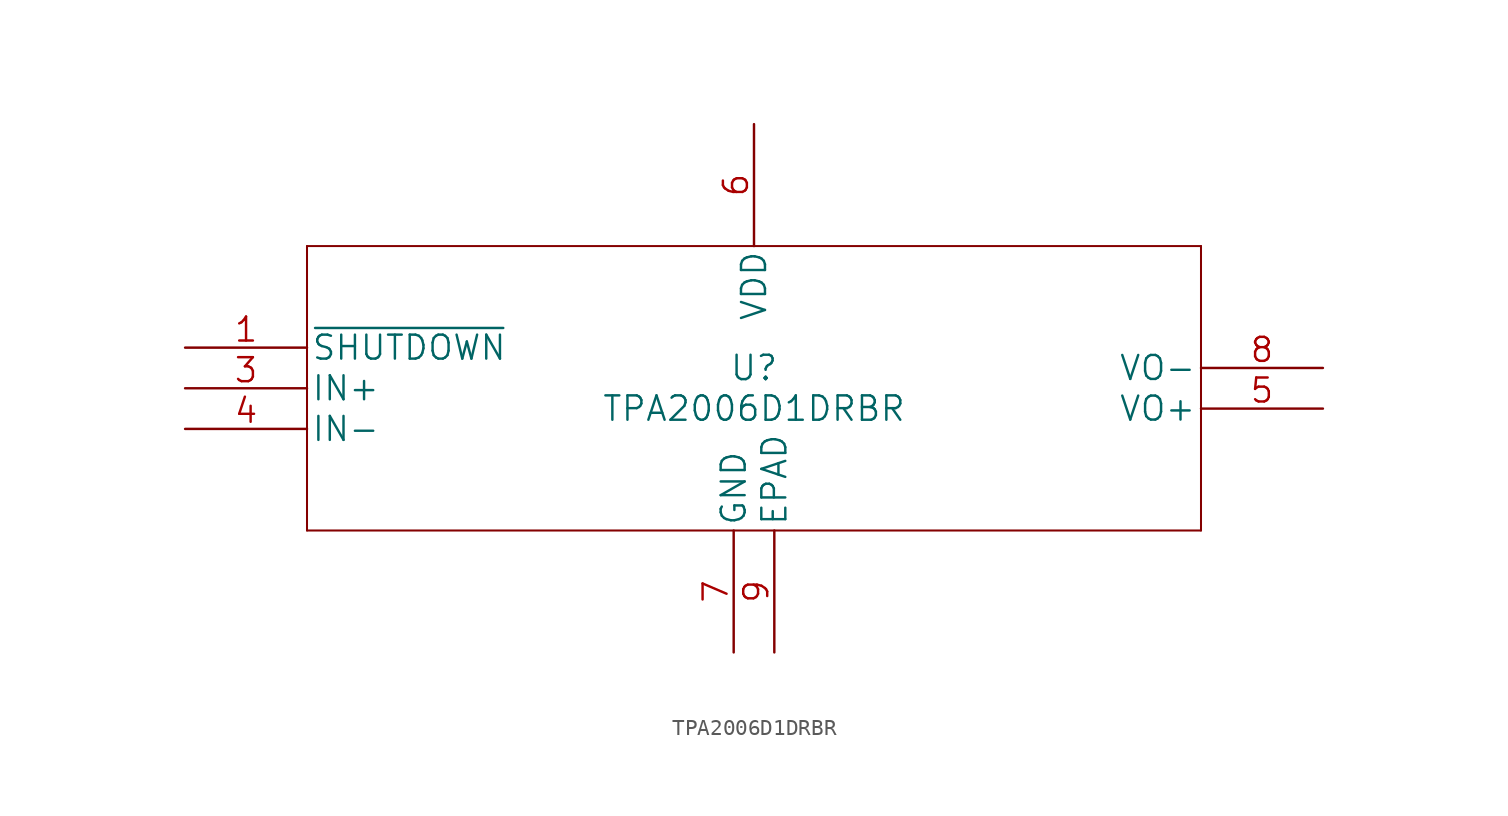
<source format=kicad_sym>
(kicad_symbol_lib
  (version 20201005)
  (generator kicad_symbol_editor)
  (symbol "TPA2006D1DRBR"
    (pin_names
      (offset 0.254))
    (property "Reference" "U"
      (at 0 1.27 0)
      (effects (font (size 1.524 1.524))))
    (property "Value" "TPA2006D1DRBR"
      (at 0 -1.27 0)
      (effects (font (size 1.524 1.524))))
    (property "Datasheet" ""
      (at -35.56 5.08 0)
      (effects (font (size 1.524 1.524))))
    (property "ki_locked" ""
      (at 0 0 0)
      (effects (font (size 1.27 1.27))))
    (symbol "TPA2006D1DRBR_1_1"
      (polyline (pts (xy -27.94 -8.89) (xy 27.94 -8.89)) (stroke (width 0.127)) (fill (type none)))
      (polyline (pts (xy -27.94 8.89) (xy -27.94 -8.89)) (stroke (width 0.127)) (fill (type none)))
      (polyline (pts (xy 27.94 -8.89) (xy 27.94 8.89)) (stroke (width 0.127)) (fill (type none)))
      (polyline (pts (xy 27.94 8.89) (xy -27.94 8.89)) (stroke (width 0.127)) (fill (type none)))
      (pin input line (at -35.56 2.54 0) (length 7.62) (name "~SHUTDOWN" (effects (font (size 1.499 1.499)))) (number "1" (effects (font (size 1.499 1.499)))))
      (pin no_connect line (at 12.7 -2.54 90) (length 7.62) hide (name "NC" (effects (font (size 1.499 1.499)))) (number "2" (effects (font (size 1.499 1.499)))))
      (pin input line (at -35.56 0 0) (length 7.62) (name "IN+" (effects (font (size 1.499 1.499)))) (number "3" (effects (font (size 1.499 1.499)))))
      (pin input line (at -35.56 -2.54 0) (length 7.62) (name "IN-" (effects (font (size 1.499 1.499)))) (number "4" (effects (font (size 1.499 1.499)))))
      (pin output line (at 35.56 -1.27 180) (length 7.62) (name "VO+" (effects (font (size 1.499 1.499)))) (number "5" (effects (font (size 1.499 1.499)))))
      (pin power_in line (at 0 16.51 270) (length 7.62) (name "VDD" (effects (font (size 1.499 1.499)))) (number "6" (effects (font (size 1.499 1.499)))))
      (pin power_in line (at -1.27 -16.51 90) (length 7.62) (name "GND" (effects (font (size 1.499 1.499)))) (number "7" (effects (font (size 1.499 1.499)))))
      (pin output line (at 35.56 1.27 180) (length 7.62) (name "VO-" (effects (font (size 1.499 1.499)))) (number "8" (effects (font (size 1.499 1.499)))))
      (pin passive line (at 1.27 -16.51 90) (length 7.62) (name "EPAD" (effects (font (size 1.499 1.499)))) (number "9" (effects (font (size 1.499 1.499))))))))
</source>
